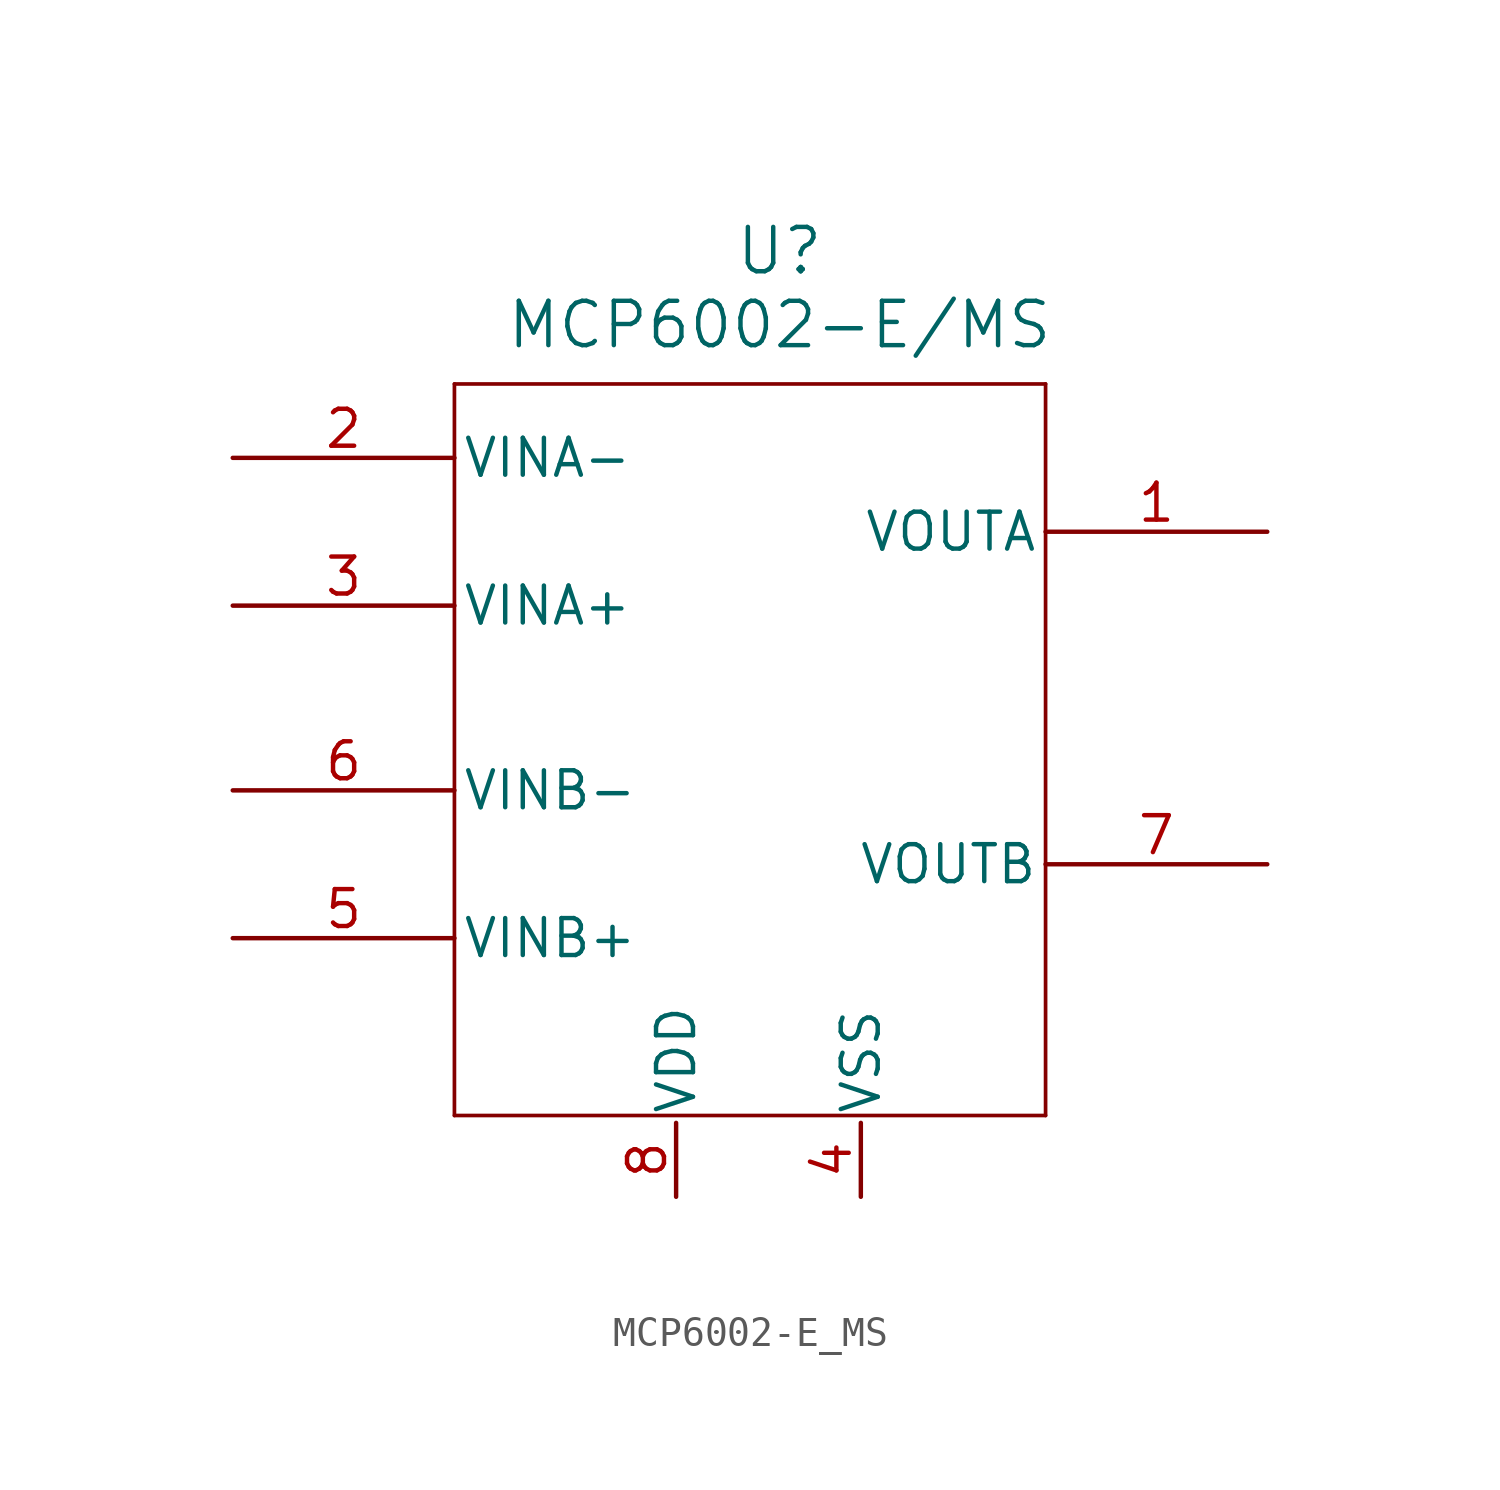
<source format=kicad_sym>
(kicad_symbol_lib
  (version 20241209)
  (generator "kicad_symbol_editor")
  (generator_version "9.0")
  (symbol "MCP6002-E_MS"
    (pin_names
      (offset 0.254))
    (property "Reference" "U"
      (at 18.796 9.652 0)
      (effects (font (size 1.524 1.524))))
    (property "Value" "MCP6002-E/MS"
      (at 18.796 7.112 0)
      (effects (font (size 1.524 1.524))))
    (property "ki_locked" ""
      (at 0 0 0)
      (effects (font (size 1.27 1.27))))
    (symbol "MCP6002-E_MS_0_1"
      (polyline (pts (xy 7.62 5.08) (xy 7.62 -20.066)) (stroke (width 0.127) (type default)) (fill (type none)))
      (polyline (pts (xy 7.62 -20.066) (xy 27.94 -20.066)) (stroke (width 0.127) (type default)) (fill (type none)))
      (polyline (pts (xy 27.94 5.08) (xy 7.62 5.08)) (stroke (width 0.127) (type default)) (fill (type none)))
      (polyline (pts (xy 27.94 -20.066) (xy 27.94 5.08)) (stroke (width 0.127) (type default)) (fill (type none)))
      (pin passive line (at 0 2.54 0) (length 7.62) (name "VINA-" (effects (font (size 1.27 1.27)))) (number "2" (effects (font (size 1.27 1.27)))))
      (pin passive line (at 0 -2.54 0) (length 7.62) (name "VINA+" (effects (font (size 1.27 1.27)))) (number "3" (effects (font (size 1.27 1.27)))))
      (pin passive line (at 0 -8.89 0) (length 7.62) (name "VINB-" (effects (font (size 1.27 1.27)))) (number "6" (effects (font (size 1.27 1.27)))))
      (pin passive line (at 0 -13.97 0) (length 7.62) (name "VINB+" (effects (font (size 1.27 1.27)))) (number "5" (effects (font (size 1.27 1.27)))))
      (pin passive line (at 15.24 -22.86 90) (length 2.54) (name "VDD" (effects (font (size 1.27 1.27)))) (number "8" (effects (font (size 1.27 1.27)))))
      (pin passive line (at 21.59 -22.86 90) (length 2.54) (name "VSS" (effects (font (size 1.27 1.27)))) (number "4" (effects (font (size 1.27 1.27)))))
      (pin passive line (at 35.56 0 180) (length 7.62) (name "VOUTA" (effects (font (size 1.27 1.27)))) (number "1" (effects (font (size 1.27 1.27)))))
      (pin passive line (at 35.56 -11.43 180) (length 7.62) (name "VOUTB" (effects (font (size 1.27 1.27)))) (number "7" (effects (font (size 1.27 1.27))))))))
</source>
